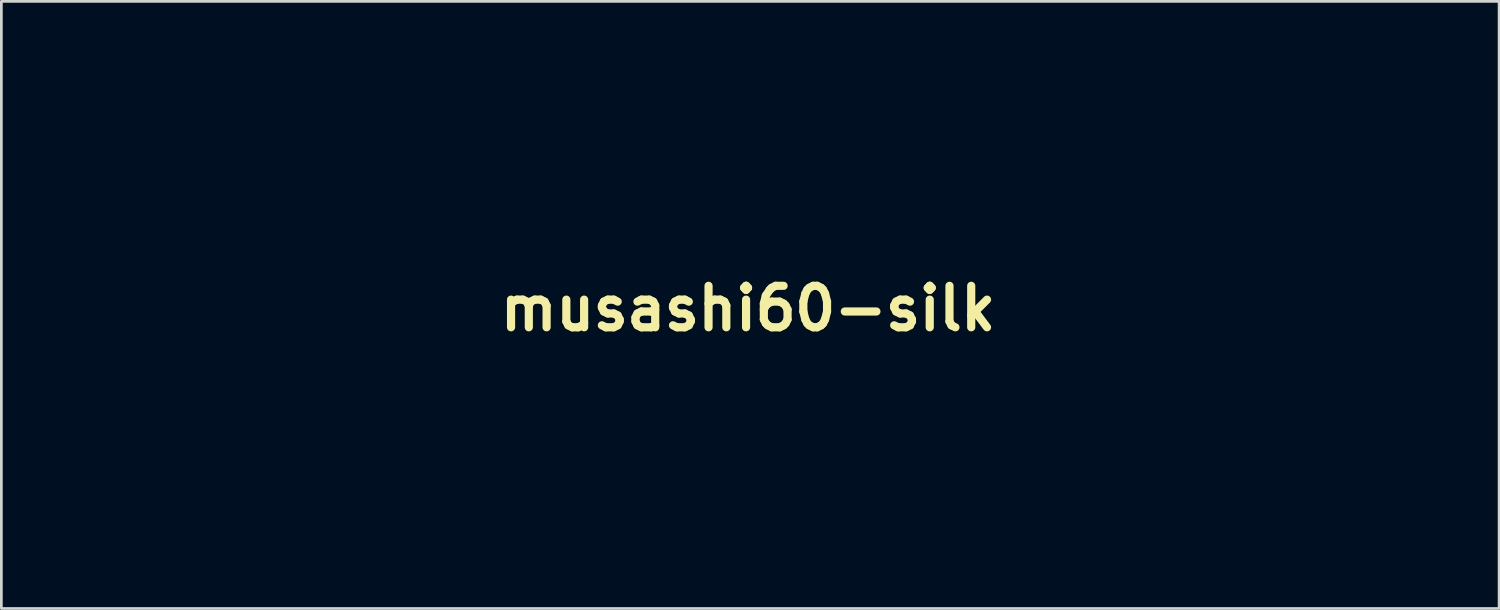
<source format=kicad_pcb>
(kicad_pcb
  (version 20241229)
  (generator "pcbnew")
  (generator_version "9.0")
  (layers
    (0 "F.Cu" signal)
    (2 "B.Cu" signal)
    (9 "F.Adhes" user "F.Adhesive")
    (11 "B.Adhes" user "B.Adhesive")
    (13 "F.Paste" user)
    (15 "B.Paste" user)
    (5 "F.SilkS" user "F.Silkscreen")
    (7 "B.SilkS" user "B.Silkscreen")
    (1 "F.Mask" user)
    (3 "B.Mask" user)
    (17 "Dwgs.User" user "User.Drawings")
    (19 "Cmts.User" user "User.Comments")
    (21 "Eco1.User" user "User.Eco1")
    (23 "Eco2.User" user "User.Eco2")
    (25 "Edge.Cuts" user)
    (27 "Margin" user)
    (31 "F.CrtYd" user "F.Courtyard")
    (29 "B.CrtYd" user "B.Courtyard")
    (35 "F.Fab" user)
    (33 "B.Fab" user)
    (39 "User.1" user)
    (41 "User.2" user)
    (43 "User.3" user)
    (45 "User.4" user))
  (footprint "musashi60-silk"
    (layer "F.Cu")
    (at 24.437 8.287)
    (property "Reference" "musashi60-silk" (at 0 0 0) (layer "F.SilkS") (effects (font (size 1.524 1.524) (thickness 0.3))))
    (attr through_hole)
    (fp_poly (pts (xy -6.858 5.779) (xy -6.921 5.842) (xy -6.985 5.779) (xy -6.921 5.715) (xy -6.858 5.779)) (stroke (width 0.01) (type solid)) (fill no) (layer "Eco2.User"))
    (fp_poly (pts (xy 0.635 7.176) (xy 0.572 7.239) (xy 0.508 7.176) (xy 0.572 7.112) (xy 0.635 7.176)) (stroke (width 0.01) (type solid)) (fill no) (layer "Eco2.User"))
    (fp_poly (pts (xy 6.096 2.603) (xy 6.032 2.667) (xy 5.969 2.603) (xy 6.032 2.54) (xy 6.096 2.603)) (stroke (width 0.01) (type solid)) (fill no) (layer "Eco2.User"))
    (fp_poly (pts (xy 18.669 -0.572) (xy 18.605 -0.508) (xy 18.542 -0.572) (xy 18.605 -0.635) (xy 18.669 -0.572)) (stroke (width 0.01) (type solid)) (fill no) (layer "Eco2.User"))
    (fp_poly (pts (xy 1.101 -1.609) (xy 1.083 -1.533) (xy 1.016 -1.524) (xy 0.911 -1.57) (xy 0.931 -1.609) (xy 1.082 -1.624) (xy 1.101 -1.609)) (stroke (width 0.01) (type solid)) (fill no) (layer "Eco2.User"))
    (fp_poly (pts (xy 19.389 -2.371) (xy 19.404 -2.22) (xy 19.389 -2.201) (xy 19.313 -2.219) (xy 19.304 -2.286) (xy 19.35 -2.391) (xy 19.389 -2.371)) (stroke (width 0.01) (type solid)) (fill no) (layer "Eco2.User"))
    (fp_poly (pts (xy -0.675 7.321) (xy -0.699 7.366) (xy -0.818 7.487) (xy -0.84 7.493) (xy -0.849 7.411) (xy -0.826 7.366) (xy -0.706 7.245) (xy -0.684 7.239) (xy -0.675 7.321)) (stroke (width 0.01) (type solid)) (fill no) (layer "Eco2.User"))
    (fp_poly (pts (xy 0.976 6.94) (xy 0.953 6.985) (xy 0.833 7.106) (xy 0.811 7.112) (xy 0.802 7.03) (xy 0.826 6.985) (xy 0.945 6.864) (xy 0.967 6.858) (xy 0.976 6.94)) (stroke (width 0.01) (type solid)) (fill no) (layer "Eco2.User"))
    (fp_poly (pts (xy -12.076 -7.669) (xy -11.817 -7.56) (xy -11.794 -7.548) (xy -11.524 -7.333) (xy -11.278 -7.015) (xy -11.09 -6.662) (xy -10.994 -6.341) (xy -11.025 -6.12) (xy -11.061 -6.086) (xy -11.317 -5.983) (xy -11.406 -5.971) (xy -11.526 -5.868) (xy -11.533 -5.735) (xy -11.573 -5.394) (xy -11.827 -5.185) (xy -12.29 -5.109) (xy -12.954 -5.167) (xy -13.577 -5.329) (xy -13.972 -5.583) (xy -14.153 -5.941) (xy -14.142 -6.371) (xy -13.924 -6.932) (xy -13.515 -7.327) (xy -12.923 -7.55) (xy -12.706 -7.583) (xy -12.397 -7.63) (xy -12.22 -7.679) (xy -12.212 -7.684) (xy -12.076 -7.669)) (stroke (width 0.01) (type solid)) (fill no) (layer "Eco2.User"))
    (fp_poly (pts (xy 22.604 -7.811) (xy 22.76 -7.632) (xy 22.979 -7.275) (xy 23.233 -6.796) (xy 23.493 -6.254) (xy 23.729 -5.706) (xy 23.914 -5.21) (xy 23.918 -5.196) (xy 24.074 -4.648) (xy 24.236 -3.958) (xy 24.38 -3.238) (xy 24.44 -2.887) (xy 24.529 -2.263) (xy 24.579 -1.73) (xy 24.592 -1.205) (xy 24.57 -0.602) (xy 24.514 0.162) (xy 24.509 0.224) (xy 24.435 0.972) (xy 24.34 1.731) (xy 24.235 2.414) (xy 24.134 2.932) (xy 24.131 2.946) (xy 24.001 3.403) (xy 23.818 3.938) (xy 23.603 4.498) (xy 23.378 5.033) (xy 23.166 5.49) (xy 22.987 5.818) (xy 22.863 5.966) (xy 22.849 5.969) (xy 22.733 6.068) (xy 22.556 6.314) (xy 22.505 6.397) (xy 22.129 6.816) (xy 21.561 7.169) (xy 20.861 7.429) (xy 20.089 7.57) (xy 19.966 7.579) (xy 19.462 7.594) (xy 19.1 7.551) (xy 18.773 7.428) (xy 18.537 7.301) (xy 17.979 6.845) (xy 17.501 6.176) (xy 17.11 5.325) (xy 16.816 4.324) (xy 16.628 3.203) (xy 16.619 3.043) (xy 17.844 3.043) (xy 17.892 3.847) (xy 17.998 4.484) (xy 18.069 4.712) (xy 18.411 5.337) (xy 18.862 5.781) (xy 19.385 6.027) (xy 19.943 6.06) (xy 20.496 5.862) (xy 20.588 5.804) (xy 20.914 5.597) (xy 21.179 5.453) (xy 21.221 5.435) (xy 21.416 5.253) (xy 21.647 4.864) (xy 21.895 4.31) (xy 22.14 3.631) (xy 22.214 3.396) (xy 22.307 2.993) (xy 22.408 2.391) (xy 22.511 1.644) (xy 22.611 0.805) (xy 22.701 -0.071) (xy 22.777 -0.93) (xy 22.832 -1.718) (xy 22.859 -2.381) (xy 22.862 -2.603) (xy 22.806 -3.207) (xy 22.659 -3.85) (xy 22.449 -4.443) (xy 22.203 -4.895) (xy 22.131 -4.985) (xy 21.813 -5.182) (xy 21.405 -5.154) (xy 21.107 -5.029) (xy 20.664 -4.721) (xy 20.288 -4.274) (xy 19.942 -3.64) (xy 19.824 -3.372) (xy 19.644 -2.984) (xy 19.497 -2.736) (xy 19.41 -2.672) (xy 19.402 -2.685) (xy 19.346 -2.658) (xy 19.249 -2.454) (xy 19.135 -2.141) (xy 19.027 -1.787) (xy 18.948 -1.461) (xy 18.921 -1.25) (xy 18.851 -1.002) (xy 18.786 -0.889) (xy 18.708 -0.833) (xy 18.71 -0.995) (xy 18.787 -1.355) (xy 18.935 -1.891) (xy 19.149 -2.583) (xy 19.255 -2.908) (xy 19.427 -3.444) (xy 19.559 -3.884) (xy 19.636 -4.176) (xy 19.649 -4.27) (xy 19.572 -4.193) (xy 19.42 -3.935) (xy 19.22 -3.547) (xy 18.995 -3.081) (xy 18.77 -2.59) (xy 18.57 -2.126) (xy 18.421 -1.741) (xy 18.37 -1.587) (xy 18.171 -0.76) (xy 18.016 0.171) (xy 17.908 1.151) (xy 17.85 2.127) (xy 17.844 3.043) (xy 16.619 3.043) (xy 16.555 1.995) (xy 16.604 0.731) (xy 16.623 0.532) (xy 16.884 -1.257) (xy 17.269 -2.826) (xy 17.778 -4.176) (xy 18.413 -5.311) (xy 19.121 -6.179) (xy 19.723 -6.719) (xy 20.284 -7.055) (xy 20.86 -7.215) (xy 21.223 -7.238) (xy 21.535 -7.309) (xy 21.911 -7.487) (xy 22.026 -7.559) (xy 22.331 -7.738) (xy 22.554 -7.817) (xy 22.604 -7.811)) (stroke (width 0.01) (type solid)) (fill no) (layer "Eco2.User"))
    (fp_poly (pts (xy 15.048 -8.257) (xy 15.222 -8.005) (xy 15.401 -7.576) (xy 15.562 -7.043) (xy 15.683 -6.481) (xy 15.745 -5.963) (xy 15.748 -5.837) (xy 15.682 -5.243) (xy 15.486 -4.866) (xy 15.16 -4.705) (xy 15.065 -4.699) (xy 14.711 -4.61) (xy 14.196 -4.349) (xy 13.534 -3.924) (xy 13.441 -3.859) (xy 13.101 -3.628) (xy 12.848 -3.472) (xy 12.753 -3.429) (xy 12.587 -3.357) (xy 12.376 -3.191) (xy 12.203 -3.007) (xy 12.149 -2.882) (xy 12.154 -2.874) (xy 12.137 -2.8) (xy 12.086 -2.794) (xy 11.946 -2.708) (xy 11.938 -2.665) (xy 12.04 -2.624) (xy 12.308 -2.693) (xy 12.398 -2.729) (xy 13.001 -2.888) (xy 13.621 -2.9) (xy 14.153 -2.764) (xy 14.199 -2.741) (xy 14.702 -2.375) (xy 15.206 -1.833) (xy 15.649 -1.185) (xy 15.837 -0.826) (xy 15.99 -0.479) (xy 16.091 -0.176) (xy 16.15 0.152) (xy 16.178 0.57) (xy 16.184 1.146) (xy 16.183 1.46) (xy 16.103 2.881) (xy 15.879 4.117) (xy 15.503 5.197) (xy 15.199 5.786) (xy 14.594 6.682) (xy 13.961 7.34) (xy 13.274 7.772) (xy 12.512 7.992) (xy 11.648 8.017) (xy 11.493 8.002) (xy 10.698 7.797) (xy 9.996 7.373) (xy 9.399 6.751) (xy 8.932 5.976) (xy 11.811 5.976) (xy 11.888 6.055) (xy 11.929 6.038) (xy 12.092 6.054) (xy 12.127 6.094) (xy 12.287 6.205) (xy 12.479 6.208) (xy 12.573 6.101) (xy 12.573 6.1) (xy 12.481 6.028) (xy 12.395 6.045) (xy 12.19 6.031) (xy 12.134 5.978) (xy 11.977 5.852) (xy 11.838 5.887) (xy 11.811 5.976) (xy 8.932 5.976) (xy 8.918 5.953) (xy 8.566 5) (xy 8.353 3.913) (xy 8.317 3.215) (xy 9.475 3.215) (xy 9.494 4.08) (xy 9.66 4.785) (xy 9.969 5.309) (xy 10.164 5.486) (xy 10.544 5.655) (xy 11.052 5.745) (xy 11.572 5.744) (xy 11.909 5.673) (xy 12.12 5.631) (xy 12.18 5.674) (xy 12.193 5.91) (xy 12.339 5.941) (xy 12.473 5.79) (xy 12.53 5.608) (xy 12.648 5.305) (xy 12.836 5.043) (xy 13.275 4.469) (xy 13.694 3.73) (xy 14.049 2.914) (xy 14.233 2.345) (xy 14.371 1.806) (xy 14.437 1.407) (xy 14.438 1.047) (xy 14.38 0.626) (xy 14.359 0.509) (xy 14.187 -0.185) (xy 13.948 -0.824) (xy 13.672 -1.334) (xy 13.461 -1.589) (xy 13.18 -1.75) (xy 12.881 -1.837) (xy 12.466 -1.913) (xy 12.16 -1.979) (xy 11.713 -1.96) (xy 11.494 -1.853) (xy 11.229 -1.635) (xy 11.188 -1.51) (xy 11.346 -1.515) (xy 11.621 -1.651) (xy 11.937 -1.81) (xy 12.18 -1.869) (xy 12.224 -1.862) (xy 12.288 -1.805) (xy 12.188 -1.788) (xy 12.017 -1.7) (xy 11.718 -1.47) (xy 11.34 -1.139) (xy 11.105 -0.917) (xy 10.686 -0.501) (xy 10.404 -0.177) (xy 10.21 0.137) (xy 10.054 0.52) (xy 9.887 1.054) (xy 9.878 1.083) (xy 9.602 2.209) (xy 9.475 3.215) (xy 8.317 3.215) (xy 8.29 2.714) (xy 8.321 2.052) (xy 8.555 0.307) (xy 8.976 -1.305) (xy 9.601 -2.814) (xy 10.442 -4.253) (xy 11.514 -5.653) (xy 12.247 -6.457) (xy 12.768 -6.958) (xy 13.317 -7.413) (xy 13.853 -7.798) (xy 14.338 -8.088) (xy 14.733 -8.258) (xy 14.998 -8.282) (xy 15.048 -8.257)) (stroke (width 0.01) (type solid)) (fill no) (layer "Eco2.User"))
    (fp_poly (pts (xy -15.854 -8.083) (xy -15.75 -8.042) (xy -15.366 -7.842) (xy -15.024 -7.59) (xy -14.792 -7.344) (xy -14.732 -7.198) (xy -14.784 -7.024) (xy -14.92 -6.702) (xy -15.064 -6.396) (xy -15.29 -5.86) (xy -15.342 -5.484) (xy -15.204 -5.23) (xy -14.858 -5.057) (xy -14.453 -4.958) (xy -14.029 -4.863) (xy -13.833 -4.783) (xy -13.839 -4.707) (xy -13.87 -4.687) (xy -14.179 -4.641) (xy -14.413 -4.698) (xy -14.785 -4.797) (xy -15.056 -4.826) (xy -15.196 -4.818) (xy -15.284 -4.762) (xy -15.333 -4.611) (xy -15.353 -4.321) (xy -15.354 -3.844) (xy -15.351 -3.552) (xy -15.342 -2.976) (xy -15.325 -2.61) (xy -15.288 -2.413) (xy -15.221 -2.34) (xy -15.114 -2.349) (xy -15.066 -2.364) (xy -14.688 -2.507) (xy -14.202 -2.723) (xy -13.678 -2.977) (xy -13.187 -3.234) (xy -12.8 -3.458) (xy -12.605 -3.596) (xy -12.417 -3.791) (xy -12.411 -3.934) (xy -12.529 -4.086) (xy -12.754 -4.266) (xy -12.903 -4.318) (xy -13.115 -4.413) (xy -13.156 -4.464) (xy -13.147 -4.558) (xy -12.941 -4.538) (xy -12.634 -4.515) (xy -12.21 -4.539) (xy -12.01 -4.566) (xy -11.639 -4.611) (xy -11.368 -4.58) (xy -11.092 -4.445) (xy -10.772 -4.226) (xy -10.444 -3.967) (xy -10.222 -3.746) (xy -10.16 -3.636) (xy -10.239 -3.406) (xy -10.458 -3.04) (xy -10.613 -2.818) (xy -10.744 -2.783) (xy -11.052 -2.738) (xy -11.322 -2.707) (xy -11.862 -2.606) (xy -12.432 -2.434) (xy -12.636 -2.351) (xy -13.119 -2.141) (xy -13.61 -1.938) (xy -13.795 -1.865) (xy -14.242 -1.641) (xy -14.667 -1.346) (xy -14.727 -1.293) (xy -15.136 -0.92) (xy -14.937 -0.144) (xy -14.772 0.398) (xy -14.564 0.951) (xy -14.436 1.236) (xy -14.242 1.66) (xy -14.091 2.054) (xy -14.046 2.204) (xy -13.979 2.415) (xy -13.869 2.502) (xy -13.651 2.476) (xy -13.271 2.356) (xy -13.191 2.349) (xy -13.315 2.441) (xy -13.367 2.472) (xy -13.616 2.643) (xy -13.714 2.758) (xy -13.637 2.783) (xy -13.525 2.748) (xy -13.359 2.74) (xy -13.366 2.871) (xy -13.478 3.013) (xy -13.497 3.199) (xy -13.355 3.508) (xy -13.086 3.903) (xy -12.725 4.345) (xy -12.308 4.799) (xy -11.869 5.225) (xy -11.444 5.587) (xy -11.067 5.846) (xy -10.774 5.965) (xy -10.727 5.969) (xy -10.531 5.872) (xy -10.351 5.67) (xy -10.251 5.483) (xy -10.23 5.292) (xy -10.294 5.017) (xy -10.436 4.622) (xy -10.64 4.134) (xy -10.868 3.672) (xy -11.01 3.431) (xy -11.195 3.113) (xy -11.296 2.863) (xy -11.303 2.816) (xy -11.377 2.601) (xy -11.554 2.324) (xy -11.557 2.321) (xy -11.735 2.01) (xy -11.801 1.729) (xy -11.775 1.569) (xy -11.718 1.651) (xy -11.596 1.877) (xy -11.393 2.181) (xy -11.363 2.223) (xy -11.136 2.559) (xy -10.871 2.995) (xy -10.733 3.239) (xy -10.373 3.886) (xy -10.074 4.405) (xy -9.852 4.766) (xy -9.725 4.941) (xy -9.707 4.953) (xy -9.699 4.856) (xy -9.818 4.56) (xy -10.067 4.06) (xy -10.319 3.588) (xy -10.54 3.167) (xy -10.694 2.847) (xy -10.758 2.68) (xy -10.754 2.667) (xy -10.659 2.771) (xy -10.471 3.05) (xy -10.219 3.458) (xy -9.931 3.945) (xy -9.636 4.465) (xy -9.36 4.968) (xy -9.133 5.408) (xy -9.076 5.524) (xy -8.824 6.203) (xy -8.709 6.856) (xy -8.743 7.407) (xy -8.766 7.488) (xy -8.89 7.644) (xy -9.116 7.831) (xy -9.342 7.97) (xy -9.444 7.997) (xy -9.561 7.952) (xy -9.856 7.833) (xy -10.271 7.665) (xy -10.395 7.615) (xy -11.646 7.005) (xy -12.717 6.253) (xy -13.662 5.317) (xy -14.089 4.788) (xy -14.421 4.381) (xy -14.647 4.185) (xy -14.777 4.185) (xy -14.983 4.272) (xy -15.321 4.317) (xy -15.392 4.318) (xy -15.701 4.348) (xy -15.866 4.421) (xy -15.875 4.445) (xy -15.982 4.547) (xy -16.141 4.572) (xy -16.428 4.649) (xy -16.729 4.826) (xy -17.021 5.006) (xy -17.265 5.08) (xy -17.483 5.167) (xy -17.763 5.382) (xy -17.844 5.461) (xy -18.111 5.701) (xy -18.331 5.833) (xy -18.375 5.842) (xy -18.585 5.925) (xy -18.779 6.079) (xy -19.116 6.264) (xy -19.699 6.388) (xy -19.858 6.407) (xy -20.296 6.469) (xy -20.626 6.545) (xy -20.772 6.616) (xy -20.932 6.743) (xy -21.233 6.907) (xy -21.575 7.061) (xy -21.859 7.158) (xy -21.93 7.169) (xy -22.147 7.25) (xy -22.174 7.272) (xy -22.434 7.365) (xy -22.793 7.246) (xy -23.173 6.972) (xy -23.44 6.707) (xy -23.601 6.489) (xy -23.622 6.424) (xy -23.523 6.222) (xy -23.272 5.958) (xy -22.94 5.696) (xy -22.597 5.497) (xy -22.574 5.488) (xy -22.324 5.315) (xy -22.225 5.119) (xy -22.323 4.867) (xy -22.57 4.548) (xy -22.901 4.224) (xy -23.248 3.96) (xy -23.543 3.819) (xy -23.611 3.81) (xy -23.771 3.799) (xy -23.807 3.737) (xy -23.7 3.585) (xy -23.435 3.303) (xy -23.363 3.229) (xy -23.031 2.904) (xy -22.742 2.647) (xy -22.584 2.531) (xy -22.303 2.502) (xy -21.911 2.613) (xy -21.481 2.83) (xy -21.089 3.119) (xy -20.915 3.297) (xy -20.66 3.637) (xy -20.589 3.852) (xy -20.692 3.985) (xy -20.765 4.018) (xy -20.935 4.161) (xy -20.959 4.236) (xy -21.045 4.409) (xy -21.257 4.667) (xy -21.347 4.76) (xy -21.574 5.02) (xy -21.592 5.157) (xy -21.395 5.174) (xy -20.978 5.074) (xy -20.86 5.038) (xy -20.424 4.908) (xy -20.029 4.8) (xy -19.907 4.771) (xy -19.623 4.666) (xy -19.591 4.532) (xy -19.812 4.372) (xy -19.875 4.341) (xy -20.065 4.221) (xy -20.164 4.035) (xy -20.202 3.702) (xy -20.203 3.69) (xy -18.034 3.69) (xy -18.031 3.866) (xy -17.999 3.974) (xy -17.899 4.011) (xy -17.694 3.97) (xy -17.348 3.848) (xy -16.822 3.64) (xy -16.462 3.496) (xy -15.998 3.297) (xy -15.634 3.121) (xy -15.428 2.995) (xy -15.403 2.966) (xy -15.439 2.781) (xy -15.54 2.605) (xy -15.648 2.478) (xy -15.774 2.428) (xy -15.987 2.454) (xy -16.354 2.557) (xy -16.494 2.599) (xy -17.181 2.833) (xy -17.645 3.063) (xy -17.918 3.308) (xy -18.028 3.591) (xy -18.034 3.69) (xy -20.203 3.69) (xy -20.208 3.527) (xy -20.211 3.124) (xy -20.203 2.823) (xy -20.193 2.731) (xy -20.17 2.478) (xy -20.174 2.096) (xy -20.198 1.67) (xy -20.212 1.535) (xy -18.133 1.535) (xy -18.07 1.632) (xy -17.864 1.541) (xy -17.668 1.408) (xy -17.293 1.2) (xy -16.886 1.047) (xy -16.586 0.909) (xy -16.464 0.677) (xy -16.508 0.308) (xy -16.618 -0.017) (xy -16.747 -0.352) (xy -17.459 -0.154) (xy -17.866 -0.024) (xy -18.064 0.089) (xy -18.095 0.214) (xy -18.084 0.245) (xy -18.003 0.549) (xy -18.022 0.925) (xy -18.085 1.238) (xy -18.133 1.535) (xy -20.212 1.535) (xy -20.238 1.285) (xy -20.287 1.028) (xy -20.312 0.975) (xy -20.467 0.974) (xy -20.784 1.061) (xy -21.199 1.21) (xy -21.646 1.395) (xy -22.061 1.589) (xy -22.377 1.767) (xy -22.487 1.848) (xy -22.759 1.974) (xy -23.061 2) (xy -23.393 1.899) (xy -23.786 1.682) (xy -24.15 1.411) (xy -24.394 1.146) (xy -24.432 1.073) (xy -24.389 0.867) (xy -24.179 0.554) (xy -23.839 0.176) (xy -23.408 -0.223) (xy -22.955 -0.58) (xy -22.624 -0.814) (xy -22.384 -0.972) (xy -22.3 -1.016) (xy -22.283 -0.904) (xy -22.303 -0.625) (xy -22.317 -0.508) (xy -22.347 -0.183) (xy -22.298 -0.038) (xy -22.136 -0.001) (xy -22.079 0) (xy -21.634 -0.057) (xy -20.981 -0.225) (xy -20.14 -0.498) (xy -19.431 -0.756) (xy -18.929 -0.943) (xy -18.505 -1.095) (xy -18.223 -1.19) (xy -18.161 -1.207) (xy -17.973 -1.26) (xy -17.939 -1.276) (xy -17.812 -1.329) (xy -17.463 -1.475) (xy -17.305 -1.709) (xy -17.272 -2.037) (xy -17.306 -2.456) (xy -17.387 -2.826) (xy -17.397 -2.852) (xy -17.531 -3.084) (xy -17.739 -3.121) (xy -17.856 -3.097) (xy -18.151 -3.077) (xy -18.594 -3.108) (xy -19.061 -3.177) (xy -19.931 -3.341) (xy -20.504 -2.814) (xy -20.884 -2.478) (xy -21.098 -2.32) (xy -21.14 -2.337) (xy -21.004 -2.527) (xy -20.695 -2.879) (xy -20.438 -3.151) (xy -20.291 -3.336) (xy -20.272 -3.484) (xy -20.397 -3.641) (xy -20.686 -3.858) (xy -21.155 -4.182) (xy -21.177 -4.197) (xy -21.543 -4.479) (xy -21.689 -4.681) (xy -21.623 -4.835) (xy -21.368 -4.969) (xy -21.039 -5.106) (xy -20.817 -5.209) (xy -20.55 -5.242) (xy -20.437 -5.201) (xy -20.183 -5.187) (xy -19.838 -5.339) (xy -19.436 -5.509) (xy -19.026 -5.587) (xy -18.995 -5.588) (xy -18.565 -5.612) (xy -18.201 -5.662) (xy -17.999 -5.721) (xy -17.871 -5.839) (xy -17.782 -6.076) (xy -17.697 -6.494) (xy -17.681 -6.583) (xy -17.599 -7.042) (xy -17.529 -7.415) (xy -17.487 -7.613) (xy -17.349 -7.755) (xy -17.045 -7.92) (xy -16.816 -8.009) (xy -16.415 -8.13) (xy -16.132 -8.153) (xy -15.854 -8.083)) (stroke (width 0.01) (type solid)) (fill no) (layer "Eco2.User"))
    (fp_poly (pts (xy 3.349 -8.092) (xy 3.835 -8.028) (xy 4.173 -7.897) (xy 4.45 -7.678) (xy 4.725 -7.354) (xy 4.807 -7.044) (xy 4.704 -6.671) (xy 4.567 -6.405) (xy 4.412 -6.003) (xy 4.472 -5.735) (xy 4.746 -5.603) (xy 4.949 -5.588) (xy 5.294 -5.499) (xy 5.517 -5.342) (xy 5.761 -5.171) (xy 6.028 -5.205) (xy 6.34 -5.259) (xy 6.746 -5.255) (xy 6.833 -5.245) (xy 7.144 -5.189) (xy 7.316 -5.081) (xy 7.416 -4.85) (xy 7.486 -4.551) (xy 7.555 -4.085) (xy 7.517 -3.722) (xy 7.436 -3.488) (xy 7.277 -3.19) (xy 7.074 -3.068) (xy 6.818 -3.048) (xy 6.419 -3.117) (xy 6.081 -3.28) (xy 5.725 -3.526) (xy 5.524 -3.608) (xy 5.493 -3.526) (xy 5.645 -3.285) (xy 5.706 -3.209) (xy 5.94 -2.869) (xy 6.079 -2.558) (xy 6.096 -2.455) (xy 6.055 -2.273) (xy 5.89 -2.165) (xy 5.536 -2.091) (xy 5.524 -2.089) (xy 5.116 -2.05) (xy 4.778 -2.055) (xy 4.698 -2.069) (xy 4.496 -2.073) (xy 4.445 -2.013) (xy 4.369 -1.944) (xy 4.333 -1.959) (xy 4.109 -1.974) (xy 3.793 -1.874) (xy 3.486 -1.703) (xy 3.293 -1.507) (xy 3.212 -1.233) (xy 3.143 -0.781) (xy 3.093 -0.227) (xy 3.064 0.353) (xy 3.063 0.884) (xy 3.096 1.29) (xy 3.102 1.328) (xy 3.168 1.628) (xy 3.243 1.717) (xy 3.379 1.632) (xy 3.436 1.581) (xy 3.741 1.225) (xy 4.023 0.762) (xy 4.232 0.288) (xy 4.318 -0.1) (xy 4.318 -0.115) (xy 4.358 -0.387) (xy 4.521 -0.583) (xy 4.821 -0.759) (xy 5.329 -0.968) (xy 5.726 -0.989) (xy 6.085 -0.81) (xy 6.399 -0.508) (xy 6.659 -0.181) (xy 6.826 0.103) (xy 6.86 0.223) (xy 6.894 0.532) (xy 6.934 0.715) (xy 6.925 0.934) (xy 6.759 1.192) (xy 6.488 1.466) (xy 6.198 1.779) (xy 6.009 2.071) (xy 5.967 2.211) (xy 5.936 2.374) (xy 5.868 2.323) (xy 5.807 2.277) (xy 5.71 2.314) (xy 5.554 2.461) (xy 5.314 2.741) (xy 4.966 3.181) (xy 4.601 3.657) (xy 4.184 4.202) (xy 4.76 4.95) (xy 5.244 5.537) (xy 5.654 5.935) (xy 6.035 6.178) (xy 6.372 6.291) (xy 6.729 6.297) (xy 6.91 6.12) (xy 6.914 5.76) (xy 6.905 5.716) (xy 6.743 5.102) (xy 6.517 4.401) (xy 6.274 3.753) (xy 6.199 3.578) (xy 6.063 3.223) (xy 6 2.954) (xy 6.003 2.884) (xy 6.075 2.92) (xy 6.226 3.134) (xy 6.428 3.472) (xy 6.652 3.881) (xy 6.869 4.308) (xy 7.051 4.701) (xy 7.169 5.005) (xy 7.189 5.08) (xy 7.279 5.385) (xy 7.428 5.799) (xy 7.51 6.008) (xy 7.704 6.741) (xy 7.722 7.215) (xy 7.684 7.58) (xy 7.604 7.763) (xy 7.436 7.836) (xy 7.327 7.851) (xy 6.896 7.793) (xy 6.346 7.55) (xy 5.709 7.141) (xy 5.015 6.587) (xy 4.294 5.909) (xy 4.126 5.736) (xy 3.601 5.185) (xy 3.161 5.369) (xy 2.815 5.54) (xy 2.555 5.714) (xy 2.535 5.732) (xy 2.294 5.949) (xy 2.002 6.189) (xy 1.708 6.418) (xy 1.459 6.598) (xy 1.303 6.694) (xy 1.289 6.671) (xy 1.302 6.655) (xy 1.485 6.399) (xy 1.508 6.278) (xy 1.377 6.323) (xy 1.238 6.433) (xy 0.925 6.675) (xy 0.543 6.918) (xy 0.173 7.117) (xy -0.104 7.226) (xy -0.166 7.234) (xy -0.175 7.181) (xy 0.000384 7.057) (xy 0.043 7.033) (xy 0.27 6.883) (xy 0.34 6.777) (xy 0.336 6.771) (xy 0.2 6.792) (xy -0.049 6.931) (xy -0.109 6.972) (xy -0.363 7.116) (xy -0.516 7.134) (xy -0.529 7.117) (xy -0.582 7.063) (xy -0.708 7.087) (xy -0.947 7.204) (xy -1.338 7.434) (xy -1.611 7.6) (xy -1.795 7.701) (xy -1.803 7.667) (xy -1.63 7.489) (xy -1.27 7.16) (xy -0.816 6.744) (xy -0.372 6.318) (xy 0.026 5.918) (xy 0.344 5.581) (xy 0.544 5.346) (xy 0.593 5.249) (xy 0.458 5.269) (xy 0.155 5.372) (xy -0.255 5.533) (xy -0.71 5.725) (xy -1.149 5.924) (xy -1.511 6.103) (xy -1.666 6.191) (xy -2.002 6.371) (xy -2.277 6.47) (xy -2.333 6.477) (xy -2.571 6.562) (xy -2.794 6.731) (xy -3.114 6.955) (xy -3.396 6.935) (xy -3.531 6.833) (xy -3.673 6.541) (xy -3.613 6.233) (xy -3.512 6.112) (xy -3.418 5.915) (xy -3.342 5.486) (xy -3.317 5.207) (xy -2.54 5.207) (xy -2.455 5.417) (xy -2.2 5.438) (xy -1.776 5.269) (xy -1.772 5.267) (xy -1.479 5.032) (xy -1.397 4.808) (xy -1.414 4.632) (xy -1.511 4.627) (xy -1.71 4.748) (xy -2.029 4.901) (xy -2.282 4.953) (xy -2.497 5.041) (xy -2.54 5.207) (xy -3.317 5.207) (xy -3.281 4.816) (xy -3.261 4.477) (xy -3.22 3.78) (xy -3.204 3.54) (xy -2.667 3.54) (xy -2.667 3.541) (xy -2.654 3.673) (xy -2.581 3.717) (xy -2.394 3.665) (xy -2.041 3.513) (xy -1.937 3.466) (xy -1.48 3.22) (xy -1.068 2.933) (xy -0.862 2.743) (xy -0.591 2.396) (xy -0.522 2.203) (xy -0.653 2.164) (xy -0.987 2.278) (xy -1.266 2.411) (xy -1.682 2.608) (xy -2.027 2.746) (xy -2.214 2.794) (xy -2.43 2.906) (xy -2.599 3.184) (xy -2.667 3.54) (xy -3.204 3.54) (xy -3.173 3.077) (xy -3.126 2.462) (xy -3.096 2.127) (xy -3.078 1.857) (xy -2.009 1.857) (xy -1.928 1.898) (xy -1.69 1.799) (xy -1.521 1.713) (xy -1.219 1.501) (xy -1.01 1.254) (xy -0.945 1.039) (xy -0.978 0.969) (xy -1.224 0.877) (xy -1.509 0.967) (xy -1.739 1.206) (xy -1.756 1.239) (xy -1.947 1.647) (xy -2.009 1.857) (xy -3.078 1.857) (xy -3.062 1.628) (xy -3.083 1.351) (xy -3.157 1.27) (xy -3.273 1.377) (xy -3.302 1.534) (xy -3.36 1.848) (xy -3.515 2.315) (xy -3.738 2.865) (xy -4.001 3.43) (xy -4.275 3.942) (xy -4.387 4.126) (xy -4.601 4.42) (xy -4.914 4.801) (xy -5.284 5.226) (xy -5.67 5.648) (xy -6.033 6.025) (xy -6.33 6.312) (xy -6.521 6.464) (xy -6.557 6.477) (xy -6.524 6.388) (xy -6.368 6.159) (xy -6.202 5.942) (xy -5.922 5.539) (xy -5.695 5.125) (xy -5.65 5.016) (xy -5.461 5.016) (xy -5.397 5.08) (xy -5.334 5.016) (xy -5.397 4.953) (xy -5.461 5.016) (xy -5.65 5.016) (xy -5.626 4.958) (xy -5.539 4.683) (xy -5.543 4.62) (xy -5.642 4.741) (xy -5.658 4.763) (xy -6.173 5.45) (xy -6.573 5.933) (xy -6.874 6.227) (xy -7.088 6.346) (xy -7.127 6.35) (xy -7.298 6.3) (xy -7.303 6.223) (xy -7.118 6.104) (xy -7.056 6.096) (xy -6.903 6) (xy -6.656 5.749) (xy -6.367 5.394) (xy -6.346 5.366) (xy -5.804 4.636) (xy -6.291 5.08) (xy -6.777 5.524) (xy -6.368 4.992) (xy -5.708 3.934) (xy -5.24 2.753) (xy -4.991 1.518) (xy -4.98 1.407) (xy -4.942 0.814) (xy 0.45 0.814) (xy 0.47 0.931) (xy 0.558 1.223) (xy 0.663 1.378) (xy 0.667 1.38) (xy 0.829 1.487) (xy 1.096 1.701) (xy 1.219 1.806) (xy 1.552 2.226) (xy 1.649 2.662) (xy 1.517 3.067) (xy 1.163 3.397) (xy 0.971 3.493) (xy 0.652 3.699) (xy 0.538 3.986) (xy 0.544 4.212) (xy 0.665 4.244) (xy 0.823 4.192) (xy 1.129 4.061) (xy 1.527 3.873) (xy 1.678 3.798) (xy 2.017 3.609) (xy 2.252 3.448) (xy 2.304 3.395) (xy 2.306 3.219) (xy 2.233 2.879) (xy 2.101 2.445) (xy 2.095 2.428) (xy 1.912 1.85) (xy 1.739 1.229) (xy 1.643 0.826) (xy 1.554 0.42) (xy 1.485 0.129) (xy 1.454 0.026) (xy 1.337 0.056) (xy 1.071 0.176) (xy 0.909 0.258) (xy 0.594 0.44) (xy 0.458 0.599) (xy 0.45 0.814) (xy -4.942 0.814) (xy -4.937 0.744) (xy -4.948 0.397) (xy -3.302 0.397) (xy -3.286 0.595) (xy -3.267 0.635) (xy -3.145 0.581) (xy -2.86 0.441) (xy -2.473 0.243) (xy -2.473 0.243) (xy -1.946 -0.035) (xy -1.391 -0.336) (xy -1.064 -0.519) (xy -0.54 -0.777) (xy -0.109 -0.868) (xy 0.326 -0.794) (xy 0.836 -0.572) (xy 1.184 -0.398) (xy 1.425 -0.282) (xy 1.492 -0.255) (xy 1.51 -0.369) (xy 1.521 -0.665) (xy 1.524 -0.953) (xy 1.498 -1.411) (xy 1.418 -1.63) (xy 1.365 -1.653) (xy 1.296 -1.694) (xy 1.393 -1.773) (xy 1.538 -1.908) (xy 1.488 -1.979) (xy 1.293 -1.976) (xy 1.008 -1.891) (xy 0.927 -1.855) (xy 0.64 -1.69) (xy 0.583 -1.571) (xy 0.626 -1.529) (xy 0.639 -1.435) (xy 0.46 -1.324) (xy 0.15 -1.218) (xy -0.232 -1.138) (xy -0.581 -1.105) (xy -0.871 -1.072) (xy -1.013 -1.007) (xy -1.016 -0.996) (xy -1.123 -0.866) (xy -1.396 -0.683) (xy -1.764 -0.485) (xy -2.156 -0.311) (xy -2.501 -0.197) (xy -2.54 -0.188) (xy -3.001 -0.046) (xy -3.243 0.159) (xy -3.302 0.397) (xy -4.948 0.397) (xy -4.951 0.294) (xy -5.03 0.023) (xy -5.183 -0.104) (xy -5.34 -0.127) (xy -5.543 -0.177) (xy -5.588 -0.244) (xy -5.493 -0.462) (xy -5.257 -0.748) (xy -4.949 -1.031) (xy -4.639 -1.239) (xy -4.575 -1.269) (xy -4.263 -1.36) (xy -4.01 -1.299) (xy -3.864 -1.212) (xy -3.613 -1.075) (xy -3.445 -1.092) (xy -3.323 -1.186) (xy -3.057 -1.336) (xy -2.688 -1.453) (xy -2.642 -1.463) (xy -2.268 -1.563) (xy -1.978 -1.693) (xy -1.955 -1.709) (xy -1.86 -1.809) (xy -1.903 -1.908) (xy -2.121 -2.042) (xy -2.424 -2.19) (xy -2.887 -2.441) (xy -3.321 -2.732) (xy -3.518 -2.894) (xy -3.785 -3.127) (xy -3.987 -3.208) (xy -4.235 -3.163) (xy -4.407 -3.104) (xy -4.799 -2.99) (xy -5.141 -2.929) (xy -5.187 -2.927) (xy -5.475 -2.888) (xy -5.892 -2.796) (xy -6.187 -2.717) (xy -6.653 -2.603) (xy -6.973 -2.59) (xy -7.202 -2.656) (xy -7.515 -2.799) (xy -7.263 -3.209) (xy -7.08 -3.428) (xy -1.758 -3.428) (xy -1.722 -3.205) (xy -1.66 -2.852) (xy -1.623 -2.598) (xy -1.621 -2.572) (xy -1.526 -2.424) (xy -1.477 -2.413) (xy -1.432 -2.348) (xy -1.499 -2.261) (xy -1.632 -2.074) (xy -1.651 -2.007) (xy -1.564 -1.908) (xy -1.368 -1.94) (xy -1.157 -2.081) (xy -1.127 -2.115) (xy -1.005 -2.286) (xy -0.992 -2.337) (xy -0.991 -2.445) (xy -0.961 -2.54) (xy -0.873 -2.81) (xy 0.666 -2.81) (xy 0.761 -2.748) (xy 1.031 -2.798) (xy 1.35 -2.914) (xy 1.559 -3.032) (xy 1.564 -3.037) (xy 1.628 -3.245) (xy 1.603 -3.372) (xy 1.527 -3.491) (xy 1.399 -3.472) (xy 1.152 -3.301) (xy 1.116 -3.274) (xy 0.785 -2.988) (xy 0.666 -2.81) (xy -0.873 -2.81) (xy -0.848 -2.886) (xy -0.742 -3.293) (xy -0.658 -3.685) (xy -0.612 -3.984) (xy -0.621 -4.115) (xy -0.773 -4.095) (xy -1.072 -3.994) (xy -1.255 -3.919) (xy -1.588 -3.764) (xy -1.738 -3.627) (xy -1.758 -3.428) (xy -7.08 -3.428) (xy -7.065 -3.446) (xy -6.734 -3.702) (xy -6.234 -4.002) (xy -5.633 -4.318) (xy -4.255 -5.016) (xy -4.191 -5.584) (xy -4.11 -5.986) (xy -3.935 -6.255) (xy -3.683 -6.452) (xy -3.288 -6.659) (xy -2.882 -6.708) (xy -2.694 -6.694) (xy -2.178 -6.582) (xy -1.856 -6.355) (xy -1.692 -5.972) (xy -1.651 -5.457) (xy -1.621 -4.93) (xy -1.506 -4.621) (xy -1.27 -4.495) (xy -0.874 -4.52) (xy -0.646 -4.569) (xy -0.613 -4.579) (xy 2.691 -4.579) (xy 2.692 -4.575) (xy 2.804 -4.443) (xy 3.053 -4.211) (xy 3.282 -4.015) (xy 3.732 -3.694) (xy 4.101 -3.569) (xy 4.449 -3.626) (xy 4.58 -3.687) (xy 4.779 -3.887) (xy 4.826 -4.043) (xy 4.911 -4.327) (xy 4.984 -4.425) (xy 5.059 -4.597) (xy 4.89 -4.718) (xy 4.475 -4.79) (xy 4.083 -4.811) (xy 3.518 -4.804) (xy 3.067 -4.758) (xy 2.776 -4.68) (xy 2.691 -4.579) (xy -0.613 -4.579) (xy -0.321 -4.66) (xy -0.089 -4.78) (xy 0.112 -4.984) (xy 0.341 -5.326) (xy 0.504 -5.597) (xy 0.855 -6.123) (xy 1.302 -6.708) (xy 1.758 -7.238) (xy 1.825 -7.309) (xy 2.624 -8.145) (xy 3.349 -8.092)) (stroke (width 0.01) (type solid)) (fill no) (layer "Eco2.User")))
  (gr_rect
    (start -3 -3)
    (end 52.035 19.309)
    (stroke (width 0.1) (type default))
    (fill no)
    (layer "Edge.Cuts")))
</source>
